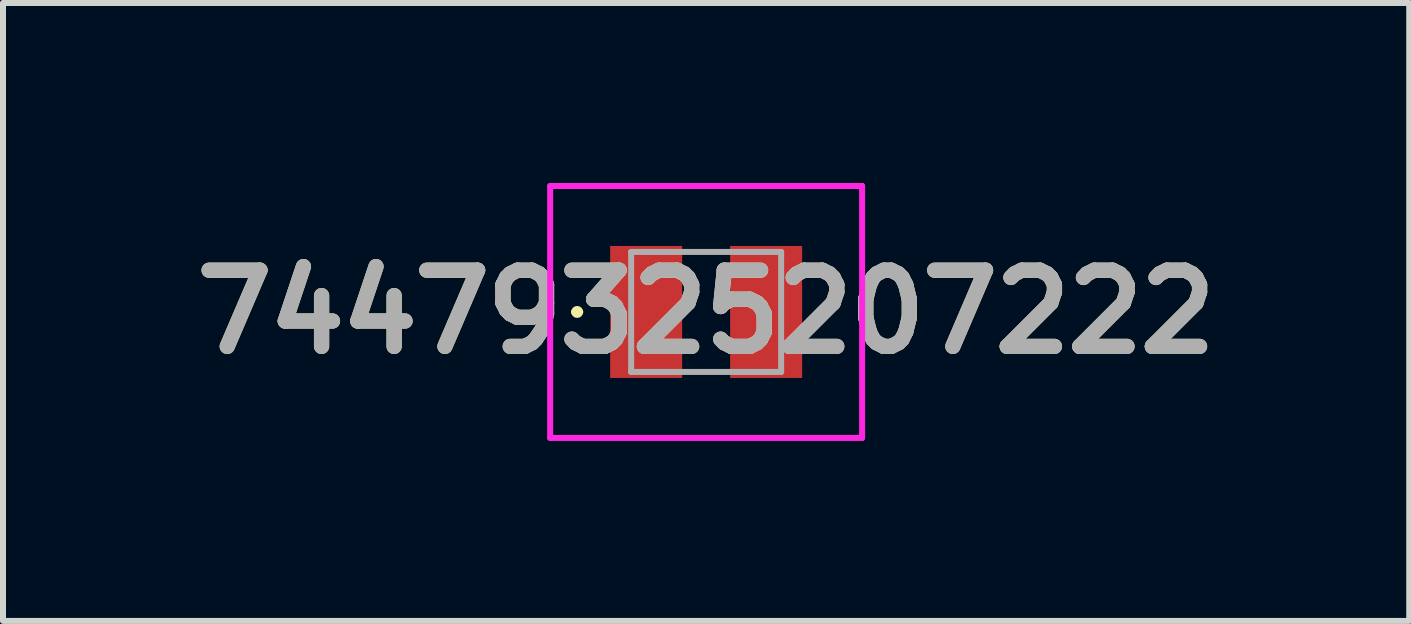
<source format=kicad_pcb>
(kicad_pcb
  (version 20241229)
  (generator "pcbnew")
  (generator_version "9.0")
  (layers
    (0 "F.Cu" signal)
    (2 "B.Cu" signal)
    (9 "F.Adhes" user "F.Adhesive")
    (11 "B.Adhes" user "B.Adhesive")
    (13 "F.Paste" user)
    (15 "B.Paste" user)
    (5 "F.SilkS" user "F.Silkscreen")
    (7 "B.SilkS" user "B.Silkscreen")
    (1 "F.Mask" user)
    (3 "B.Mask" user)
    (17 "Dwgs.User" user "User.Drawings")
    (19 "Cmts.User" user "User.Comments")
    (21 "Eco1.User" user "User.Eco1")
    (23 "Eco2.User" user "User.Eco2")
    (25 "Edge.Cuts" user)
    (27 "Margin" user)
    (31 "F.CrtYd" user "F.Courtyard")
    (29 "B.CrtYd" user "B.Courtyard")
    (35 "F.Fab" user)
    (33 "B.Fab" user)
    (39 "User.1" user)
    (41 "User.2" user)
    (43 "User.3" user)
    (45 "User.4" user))
  (footprint "74479325207222"
    (layer "F.Cu")
    (at 8.721 2.15)
    (property "Reference" "74479325207222" (at 0 0 0) (layer "F.SilkS") (effects (font (size 1.27 1.27) (thickness 0.254))))
    (attr smd)
    (fp_line (start -2.2 0) (end -2.2 0) (stroke (width 0.1) (type solid)) (layer "F.SilkS"))
    (fp_line (start -2.1 0) (end -2.1 0) (stroke (width 0.1) (type solid)) (layer "F.SilkS"))
    (fp_arc (start -2.2 0) (mid -2.15 -0.05) (end -2.1 0) (stroke (width 0.1) (type solid)) (layer "F.SilkS"))
    (fp_arc (start -2.1 0) (mid -2.15 0.05) (end -2.2 0) (stroke (width 0.1) (type solid)) (layer "F.SilkS"))
    (fp_line (start -2.6 -2.1) (end 2.6 -2.1) (stroke (width 0.1) (type solid)) (layer "F.CrtYd"))
    (fp_line (start -2.6 2.1) (end -2.6 -2.1) (stroke (width 0.1) (type solid)) (layer "F.CrtYd"))
    (fp_line (start 2.6 -2.1) (end 2.6 2.1) (stroke (width 0.1) (type solid)) (layer "F.CrtYd"))
    (fp_line (start 2.6 2.1) (end -2.6 2.1) (stroke (width 0.1) (type solid)) (layer "F.CrtYd"))
    (fp_line (start -1.25 -1) (end 1.25 -1) (stroke (width 0.1) (type solid)) (layer "F.Fab"))
    (fp_line (start -1.25 1) (end -1.25 -1) (stroke (width 0.1) (type solid)) (layer "F.Fab"))
    (fp_line (start 1.25 -1) (end 1.25 1) (stroke (width 0.1) (type solid)) (layer "F.Fab"))
    (fp_line (start 1.25 1) (end -1.25 1) (stroke (width 0.1) (type solid)) (layer "F.Fab"))
    (fp_text user "${REFERENCE}" (at 0 0 0) (layer "F.Fab") (effects (font (size 1.27 1.27) (thickness 0.254))))
    (pad "1" smd rect (at -1 0) (size 1.2 2.2) (layers "F.Cu" "F.Mask" "F.Paste"))
    (pad "2" smd rect (at 1 0) (size 1.2 2.2) (layers "F.Cu" "F.Mask" "F.Paste")))
  (gr_rect
    (start -3 -3)
    (end 20.441 7.3)
    (stroke (width 0.1) (type default))
    (fill no)
    (layer "Edge.Cuts")))
</source>
